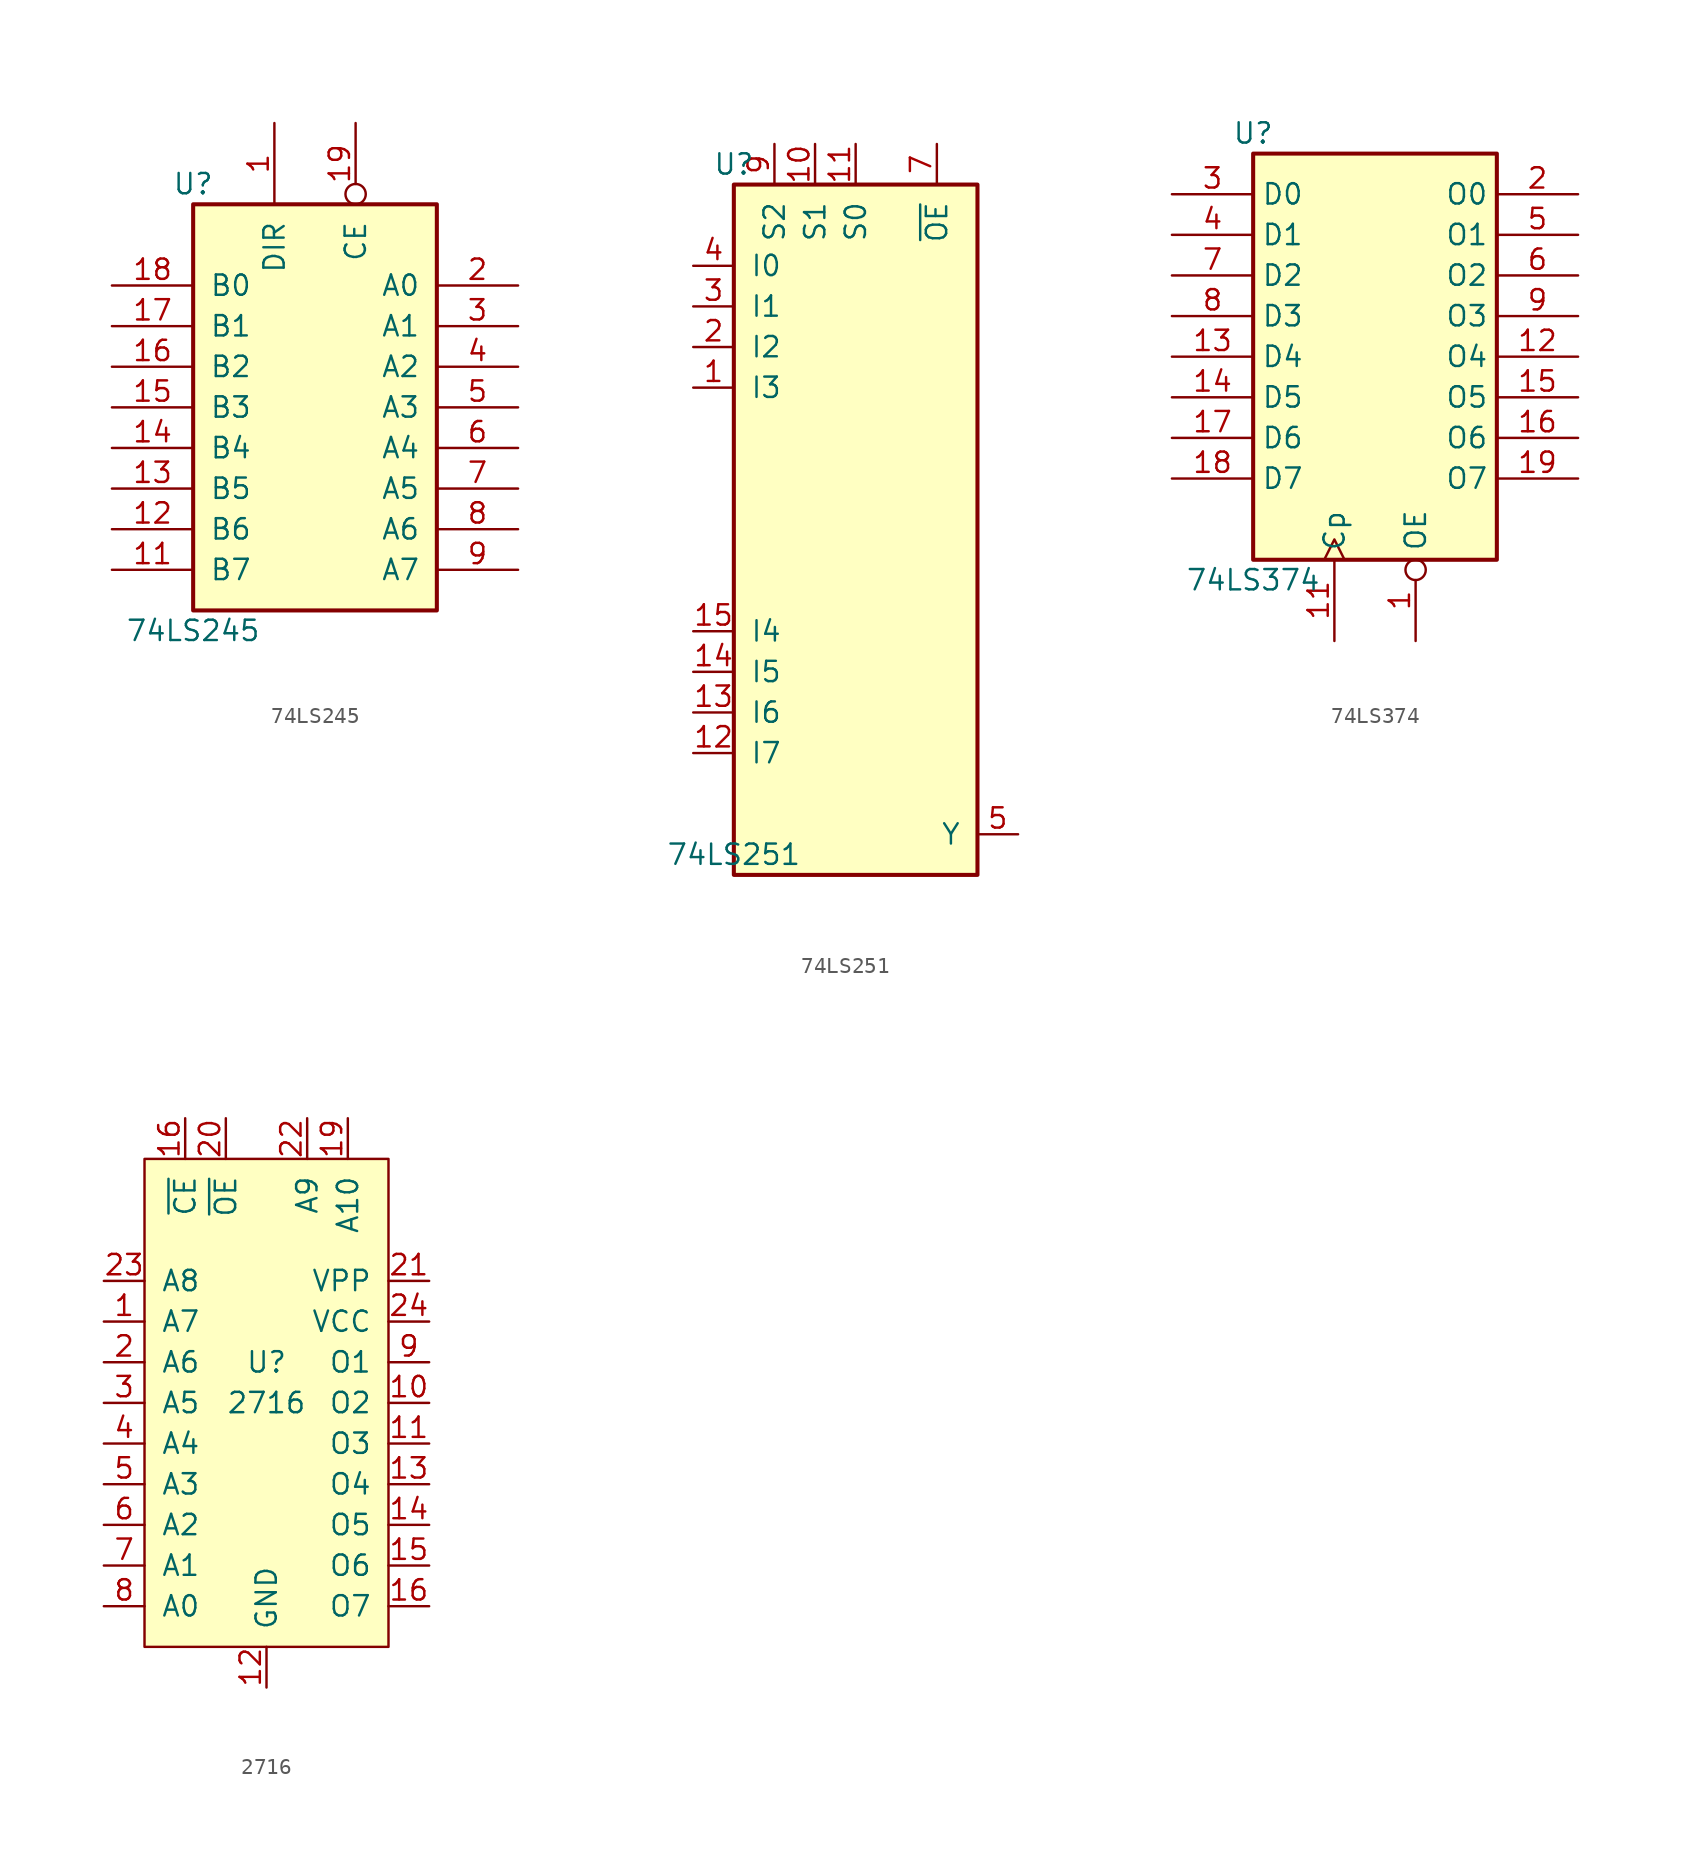
<source format=kicad_sym>
(kicad_symbol_lib
  (version 20220914)
  (generator kicad_symbol_editor)
  (symbol "74LS245"
    (pin_names
      (offset 1.016))
    (property "Reference" "U"
      (at -7.62 13.97 0)
      (effects (font (size 1.27 1.27))))
    (property "Value" "74LS245"
      (at -7.62 -13.97 0)
      (effects (font (size 1.27 1.27))))
    (symbol "74LS245_1_0"
      (pin input line (at -2.54 17.78 270) (length 5.08) (name "DIR" (effects (font (size 1.27 1.27)))) (number "1" (effects (font (size 1.27 1.27)))))
      (pin tri_state line (at -12.7 -10.16 0) (length 5.08) (name "B7" (effects (font (size 1.27 1.27)))) (number "11" (effects (font (size 1.27 1.27)))))
      (pin tri_state line (at -12.7 -7.62 0) (length 5.08) (name "B6" (effects (font (size 1.27 1.27)))) (number "12" (effects (font (size 1.27 1.27)))))
      (pin tri_state line (at -12.7 -5.08 0) (length 5.08) (name "B5" (effects (font (size 1.27 1.27)))) (number "13" (effects (font (size 1.27 1.27)))))
      (pin tri_state line (at -12.7 -2.54 0) (length 5.08) (name "B4" (effects (font (size 1.27 1.27)))) (number "14" (effects (font (size 1.27 1.27)))))
      (pin tri_state line (at -12.7 0 0) (length 5.08) (name "B3" (effects (font (size 1.27 1.27)))) (number "15" (effects (font (size 1.27 1.27)))))
      (pin tri_state line (at -12.7 2.54 0) (length 5.08) (name "B2" (effects (font (size 1.27 1.27)))) (number "16" (effects (font (size 1.27 1.27)))))
      (pin tri_state line (at -12.7 5.08 0) (length 5.08) (name "B1" (effects (font (size 1.27 1.27)))) (number "17" (effects (font (size 1.27 1.27)))))
      (pin tri_state line (at -12.7 7.62 0) (length 5.08) (name "B0" (effects (font (size 1.27 1.27)))) (number "18" (effects (font (size 1.27 1.27)))))
      (pin input inverted (at 2.54 17.78 270) (length 5.08) (name "CE" (effects (font (size 1.27 1.27)))) (number "19" (effects (font (size 1.27 1.27)))))
      (pin tri_state line (at 12.7 7.62 180) (length 5.08) (name "A0" (effects (font (size 1.27 1.27)))) (number "2" (effects (font (size 1.27 1.27)))))
      (pin tri_state line (at 12.7 5.08 180) (length 5.08) (name "A1" (effects (font (size 1.27 1.27)))) (number "3" (effects (font (size 1.27 1.27)))))
      (pin tri_state line (at 12.7 2.54 180) (length 5.08) (name "A2" (effects (font (size 1.27 1.27)))) (number "4" (effects (font (size 1.27 1.27)))))
      (pin tri_state line (at 12.7 0 180) (length 5.08) (name "A3" (effects (font (size 1.27 1.27)))) (number "5" (effects (font (size 1.27 1.27)))))
      (pin tri_state line (at 12.7 -2.54 180) (length 5.08) (name "A4" (effects (font (size 1.27 1.27)))) (number "6" (effects (font (size 1.27 1.27)))))
      (pin tri_state line (at 12.7 -5.08 180) (length 5.08) (name "A5" (effects (font (size 1.27 1.27)))) (number "7" (effects (font (size 1.27 1.27)))))
      (pin tri_state line (at 12.7 -7.62 180) (length 5.08) (name "A6" (effects (font (size 1.27 1.27)))) (number "8" (effects (font (size 1.27 1.27)))))
      (pin tri_state line (at 12.7 -10.16 180) (length 5.08) (name "A7" (effects (font (size 1.27 1.27)))) (number "9" (effects (font (size 1.27 1.27))))))
    (symbol "74LS245_1_1"
      (rectangle (start -7.62 12.7) (end 7.62 -12.7) (stroke (width 0.254) (type solid)) (fill (type background)))))
  (symbol "74LS251"
    (pin_names
      (offset 1.016))
    (property "Reference" "U"
      (at -7.62 21.59 0)
      (effects (font (size 1.27 1.27))))
    (property "Value" "74LS251"
      (at -7.62 -21.59 0)
      (effects (font (size 1.27 1.27))))
    (property "ki_locked" ""
      (at 0 0 0)
      (effects (font (size 1.27 1.27))))
    (symbol "74LS251_1_0"
      (pin input line (at -10.16 7.62 0) (length 2.54) (name "I3" (effects (font (size 1.27 1.27)))) (number "1" (effects (font (size 1.27 1.27)))))
      (pin input line (at -2.54 22.86 270) (length 2.54) (name "S1" (effects (font (size 1.27 1.27)))) (number "10" (effects (font (size 1.27 1.27)))))
      (pin input line (at 0 22.86 270) (length 2.54) (name "S0" (effects (font (size 1.27 1.27)))) (number "11" (effects (font (size 1.27 1.27)))))
      (pin input line (at -10.16 -15.24 0) (length 2.54) (name "I7" (effects (font (size 1.27 1.27)))) (number "12" (effects (font (size 1.27 1.27)))))
      (pin input line (at -10.16 -12.7 0) (length 2.54) (name "I6" (effects (font (size 1.27 1.27)))) (number "13" (effects (font (size 1.27 1.27)))))
      (pin input line (at -10.16 -10.16 0) (length 2.54) (name "I5" (effects (font (size 1.27 1.27)))) (number "14" (effects (font (size 1.27 1.27)))))
      (pin input line (at -10.16 -7.62 0) (length 2.54) (name "I4" (effects (font (size 1.27 1.27)))) (number "15" (effects (font (size 1.27 1.27)))))
      (pin input line (at -10.16 10.16 0) (length 2.54) (name "I2" (effects (font (size 1.27 1.27)))) (number "2" (effects (font (size 1.27 1.27)))))
      (pin input line (at -10.16 12.7 0) (length 2.54) (name "I1" (effects (font (size 1.27 1.27)))) (number "3" (effects (font (size 1.27 1.27)))))
      (pin input line (at -10.16 15.24 0) (length 2.54) (name "I0" (effects (font (size 1.27 1.27)))) (number "4" (effects (font (size 1.27 1.27)))))
      (pin tri_state line (at 10.16 -20.32 180) (length 2.54) (name "Y" (effects (font (size 1.27 1.27)))) (number "5" (effects (font (size 1.27 1.27)))))
      (pin input line (at 5.08 22.86 270) (length 2.54) (name "~{OE}" (effects (font (size 1.27 1.27)))) (number "7" (effects (font (size 1.27 1.27)))))
      (pin input line (at -5.08 22.86 270) (length 2.54) (name "S2" (effects (font (size 1.27 1.27)))) (number "9" (effects (font (size 1.27 1.27))))))
    (symbol "74LS251_1_1"
      (rectangle (start -7.62 20.32) (end 7.62 -22.86) (stroke (width 0.254) (type solid)) (fill (type background)))))
  (symbol "74LS374"
    (property "Reference" "U"
      (at -7.62 13.97 0)
      (effects (font (size 1.27 1.27))))
    (property "Value" "74LS374"
      (at -7.62 -13.97 0)
      (effects (font (size 1.27 1.27))))
    (symbol "74LS374_1_0"
      (pin input inverted (at 2.54 -17.78 90) (length 5.08) (name "OE" (effects (font (size 1.27 1.27)))) (number "1" (effects (font (size 1.27 1.27)))))
      (pin input clock (at -2.54 -17.78 90) (length 5.08) (name "Cp" (effects (font (size 1.27 1.27)))) (number "11" (effects (font (size 1.27 1.27)))))
      (pin tri_state line (at 12.7 0 180) (length 5.08) (name "O4" (effects (font (size 1.27 1.27)))) (number "12" (effects (font (size 1.27 1.27)))))
      (pin input line (at -12.7 0 0) (length 5.08) (name "D4" (effects (font (size 1.27 1.27)))) (number "13" (effects (font (size 1.27 1.27)))))
      (pin input line (at -12.7 -2.54 0) (length 5.08) (name "D5" (effects (font (size 1.27 1.27)))) (number "14" (effects (font (size 1.27 1.27)))))
      (pin tri_state line (at 12.7 -2.54 180) (length 5.08) (name "O5" (effects (font (size 1.27 1.27)))) (number "15" (effects (font (size 1.27 1.27)))))
      (pin tri_state line (at 12.7 -5.08 180) (length 5.08) (name "O6" (effects (font (size 1.27 1.27)))) (number "16" (effects (font (size 1.27 1.27)))))
      (pin input line (at -12.7 -5.08 0) (length 5.08) (name "D6" (effects (font (size 1.27 1.27)))) (number "17" (effects (font (size 1.27 1.27)))))
      (pin input line (at -12.7 -7.62 0) (length 5.08) (name "D7" (effects (font (size 1.27 1.27)))) (number "18" (effects (font (size 1.27 1.27)))))
      (pin tri_state line (at 12.7 -7.62 180) (length 5.08) (name "O7" (effects (font (size 1.27 1.27)))) (number "19" (effects (font (size 1.27 1.27)))))
      (pin tri_state line (at 12.7 10.16 180) (length 5.08) (name "O0" (effects (font (size 1.27 1.27)))) (number "2" (effects (font (size 1.27 1.27)))))
      (pin input line (at -12.7 10.16 0) (length 5.08) (name "D0" (effects (font (size 1.27 1.27)))) (number "3" (effects (font (size 1.27 1.27)))))
      (pin input line (at -12.7 7.62 0) (length 5.08) (name "D1" (effects (font (size 1.27 1.27)))) (number "4" (effects (font (size 1.27 1.27)))))
      (pin tri_state line (at 12.7 7.62 180) (length 5.08) (name "O1" (effects (font (size 1.27 1.27)))) (number "5" (effects (font (size 1.27 1.27)))))
      (pin tri_state line (at 12.7 5.08 180) (length 5.08) (name "O2" (effects (font (size 1.27 1.27)))) (number "6" (effects (font (size 1.27 1.27)))))
      (pin input line (at -12.7 5.08 0) (length 5.08) (name "D2" (effects (font (size 1.27 1.27)))) (number "7" (effects (font (size 1.27 1.27)))))
      (pin input line (at -12.7 2.54 0) (length 5.08) (name "D3" (effects (font (size 1.27 1.27)))) (number "8" (effects (font (size 1.27 1.27)))))
      (pin tri_state line (at 12.7 2.54 180) (length 5.08) (name "O3" (effects (font (size 1.27 1.27)))) (number "9" (effects (font (size 1.27 1.27))))))
    (symbol "74LS374_1_1"
      (rectangle (start -7.62 12.7) (end 7.62 -12.7) (stroke (width 0.254) (type solid)) (fill (type background)))))
  (symbol "2716"
    (pin_names
      (offset 1.016))
    (property "Reference" "U"
      (at 0 2.54 0)
      (effects (font (size 1.27 1.27))))
    (property "Value" "2716"
      (at 0 0 0)
      (effects (font (size 1.27 1.27))))
    (symbol "2716_0_1"
      (rectangle (start -7.62 15.24) (end 7.62 -15.24) (stroke (width 0) (type solid)) (fill (type background))))
    (symbol "2716_1_1"
      (pin input line (at -10.16 5.08 0) (length 2.54) (name "A7" (effects (font (size 1.27 1.27)))) (number "1" (effects (font (size 1.27 1.27)))))
      (pin tri_state line (at 10.16 0 180) (length 2.54) (name "O2" (effects (font (size 1.27 1.27)))) (number "10" (effects (font (size 1.27 1.27)))))
      (pin tri_state line (at 10.16 -2.54 180) (length 2.54) (name "O3" (effects (font (size 1.27 1.27)))) (number "11" (effects (font (size 1.27 1.27)))))
      (pin power_in line (at 0 -17.78 90) (length 2.54) (name "GND" (effects (font (size 1.27 1.27)))) (number "12" (effects (font (size 1.27 1.27)))))
      (pin tri_state line (at 10.16 -5.08 180) (length 2.54) (name "O4" (effects (font (size 1.27 1.27)))) (number "13" (effects (font (size 1.27 1.27)))))
      (pin tri_state line (at 10.16 -7.62 180) (length 2.54) (name "O5" (effects (font (size 1.27 1.27)))) (number "14" (effects (font (size 1.27 1.27)))))
      (pin tri_state line (at 10.16 -10.16 180) (length 2.54) (name "O6" (effects (font (size 1.27 1.27)))) (number "15" (effects (font (size 1.27 1.27)))))
      (pin tri_state line (at 10.16 -12.7 180) (length 2.54) (name "O7" (effects (font (size 1.27 1.27)))) (number "16" (effects (font (size 1.27 1.27)))))
      (pin input line (at -5.08 17.78 270) (length 2.54) (name "~{CE}" (effects (font (size 1.27 1.27)))) (number "16" (effects (font (size 1.27 1.27)))))
      (pin input line (at 5.08 17.78 270) (length 2.54) (name "A10" (effects (font (size 1.27 1.27)))) (number "19" (effects (font (size 1.27 1.27)))))
      (pin input line (at -10.16 2.54 0) (length 2.54) (name "A6" (effects (font (size 1.27 1.27)))) (number "2" (effects (font (size 1.27 1.27)))))
      (pin input line (at -2.54 17.78 270) (length 2.54) (name "~{OE}" (effects (font (size 1.27 1.27)))) (number "20" (effects (font (size 1.27 1.27)))))
      (pin input line (at 10.16 7.62 180) (length 2.54) (name "VPP" (effects (font (size 1.27 1.27)))) (number "21" (effects (font (size 1.27 1.27)))))
      (pin input line (at 2.54 17.78 270) (length 2.54) (name "A9" (effects (font (size 1.27 1.27)))) (number "22" (effects (font (size 1.27 1.27)))))
      (pin input line (at -10.16 7.62 0) (length 2.54) (name "A8" (effects (font (size 1.27 1.27)))) (number "23" (effects (font (size 1.27 1.27)))))
      (pin power_in line (at 10.16 5.08 180) (length 2.54) (name "VCC" (effects (font (size 1.27 1.27)))) (number "24" (effects (font (size 1.27 1.27)))))
      (pin input line (at -10.16 0 0) (length 2.54) (name "A5" (effects (font (size 1.27 1.27)))) (number "3" (effects (font (size 1.27 1.27)))))
      (pin input line (at -10.16 -2.54 0) (length 2.54) (name "A4" (effects (font (size 1.27 1.27)))) (number "4" (effects (font (size 1.27 1.27)))))
      (pin input line (at -10.16 -5.08 0) (length 2.54) (name "A3" (effects (font (size 1.27 1.27)))) (number "5" (effects (font (size 1.27 1.27)))))
      (pin input line (at -10.16 -7.62 0) (length 2.54) (name "A2" (effects (font (size 1.27 1.27)))) (number "6" (effects (font (size 1.27 1.27)))))
      (pin input line (at -10.16 -10.16 0) (length 2.54) (name "A1" (effects (font (size 1.27 1.27)))) (number "7" (effects (font (size 1.27 1.27)))))
      (pin input line (at -10.16 -12.7 0) (length 2.54) (name "A0" (effects (font (size 1.27 1.27)))) (number "8" (effects (font (size 1.27 1.27)))))
      (pin tri_state line (at 10.16 2.54 180) (length 2.54) (name "O1" (effects (font (size 1.27 1.27)))) (number "9" (effects (font (size 1.27 1.27))))))))
</source>
